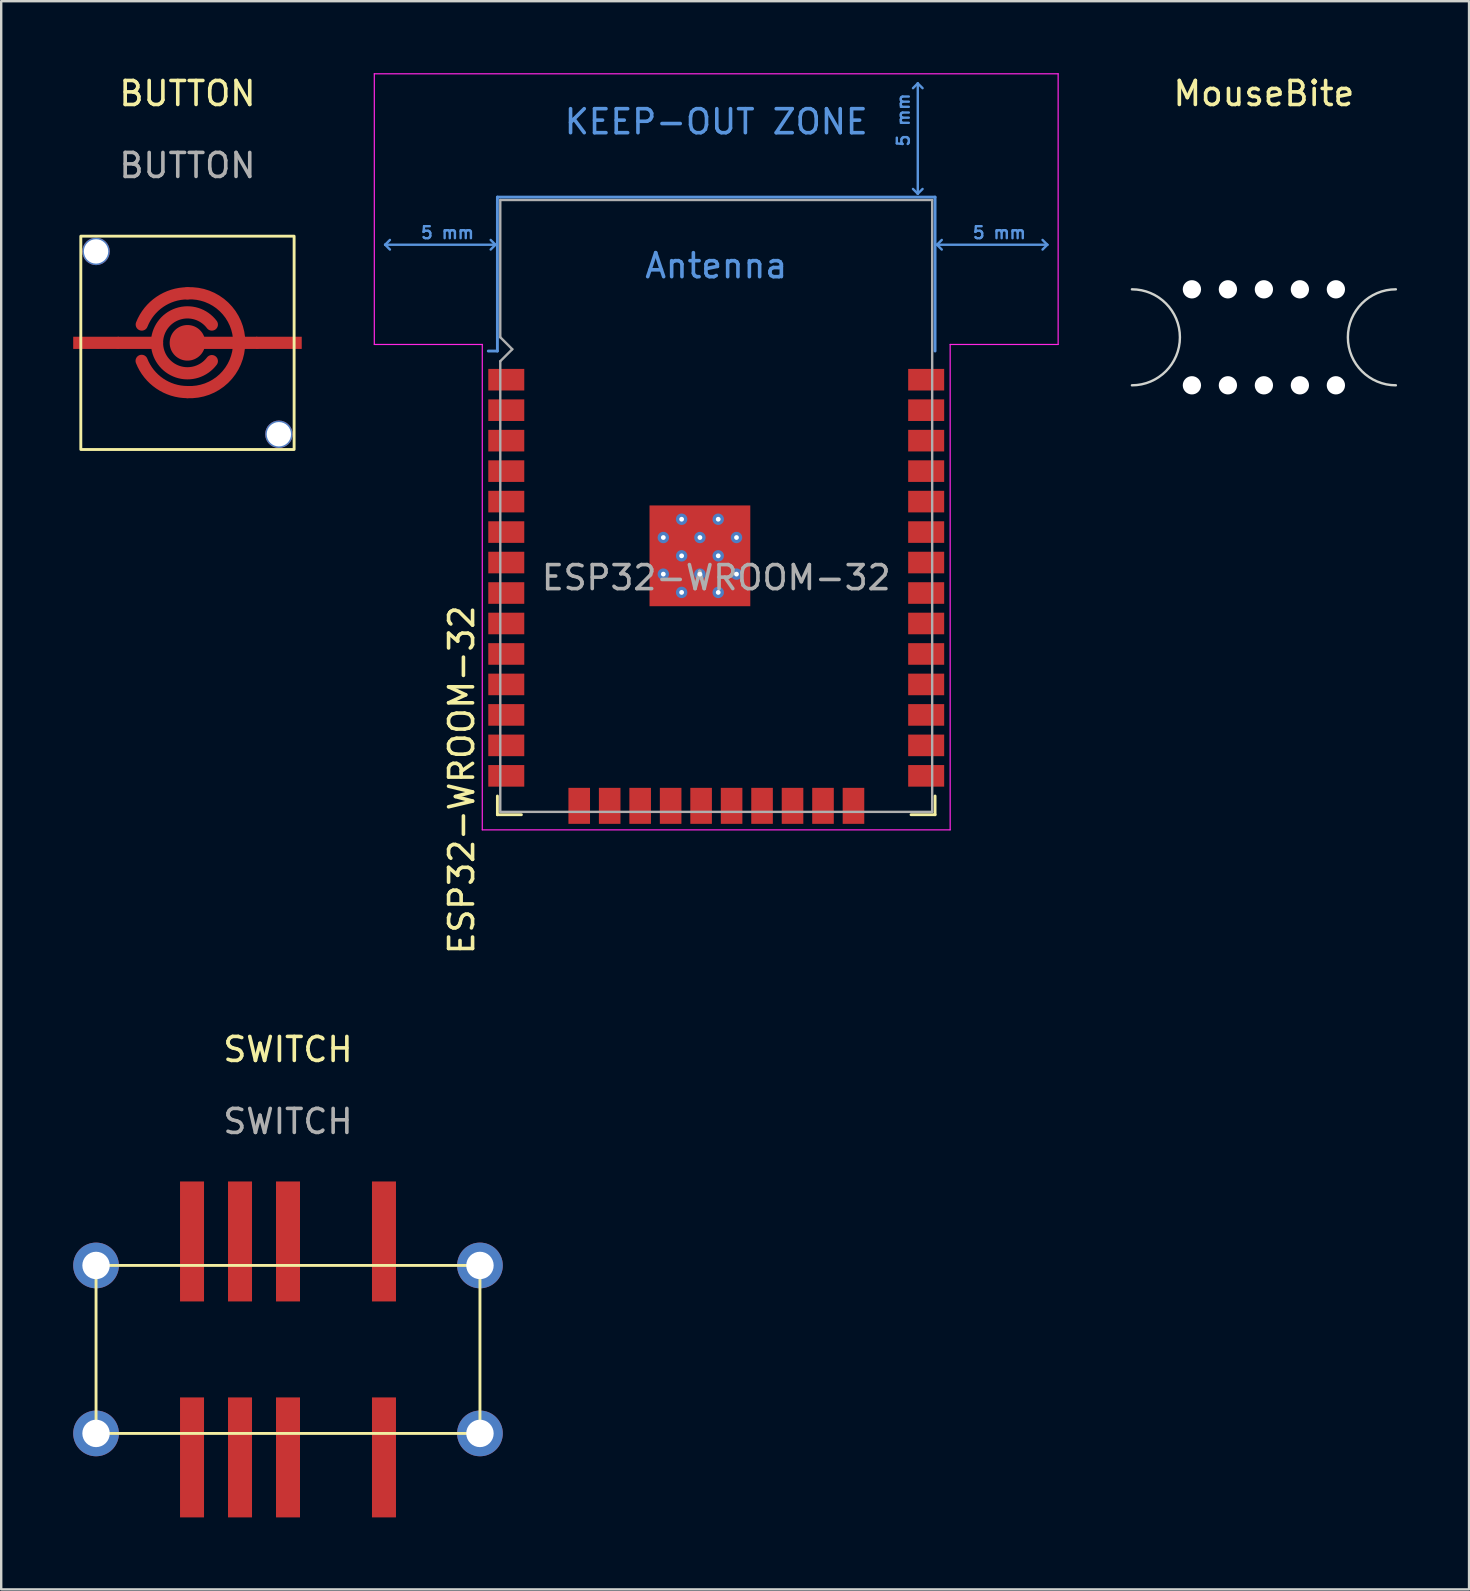
<source format=kicad_pcb>
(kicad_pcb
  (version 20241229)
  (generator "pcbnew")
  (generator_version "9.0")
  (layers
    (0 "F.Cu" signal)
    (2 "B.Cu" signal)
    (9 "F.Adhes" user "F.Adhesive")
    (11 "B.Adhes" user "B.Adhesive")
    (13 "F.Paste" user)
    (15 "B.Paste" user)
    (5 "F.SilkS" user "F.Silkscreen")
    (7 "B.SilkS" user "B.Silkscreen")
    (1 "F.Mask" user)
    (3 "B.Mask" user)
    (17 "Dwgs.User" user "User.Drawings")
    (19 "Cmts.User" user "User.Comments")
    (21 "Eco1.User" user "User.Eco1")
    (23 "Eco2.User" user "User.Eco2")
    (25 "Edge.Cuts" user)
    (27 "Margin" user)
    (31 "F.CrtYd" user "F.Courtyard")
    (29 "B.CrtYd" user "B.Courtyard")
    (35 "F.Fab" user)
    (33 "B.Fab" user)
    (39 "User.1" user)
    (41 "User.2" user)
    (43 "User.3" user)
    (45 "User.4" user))
  (footprint "SWITCH"
    (layer "F.Cu")
    (at 8.953 53.19)
    (property "Reference" "SWITCH" (at 0 -12.5 0) (unlocked yes) (layer "F.SilkS") (effects (font (size 1 1) (thickness 0.15))))
    (attr through_hole)
    (fp_rect (start -8 -3.5) (end 8 3.5) (stroke (width 0.12) (type solid)) (fill no) (layer "F.SilkS"))
    (fp_text user "${REFERENCE}" (at 0 -9.5 0) (unlocked yes) (layer "F.Fab") (effects (font (size 1 1) (thickness 0.15))))
    (pad "" np_thru_hole circle (at -8 -3.5) (size 1.905 1.905) (drill 1.143) (layers "*.Cu" "*.Mask"))
    (pad "" np_thru_hole circle (at -8 3.5) (size 1.905 1.905) (drill 1.143) (layers "*.Cu" "*.Mask"))
    (pad "" np_thru_hole circle (at 8 -3.5) (size 1.905 1.905) (drill 1.143) (layers "*.Cu" "*.Mask"))
    (pad "" np_thru_hole circle (at 8 3.5) (size 1.905 1.905) (drill 1.143) (layers "*.Cu" "*.Mask"))
    (pad "1" smd rect (at -4 4.5) (size 1 5) (layers "F.Cu" "F.Mask" "F.Paste"))
    (pad "2" smd rect (at -2 4.5) (size 1 5) (layers "F.Cu" "F.Mask" "F.Paste"))
    (pad "3" smd rect (at 0 4.5) (size 1 5) (layers "F.Cu" "F.Mask" "F.Paste"))
    (pad "4" smd rect (at 4 4.5) (size 1 5) (layers "F.Cu" "F.Mask" "F.Paste"))
    (pad "5" smd rect (at -4 -4.5) (size 1 5) (layers "F.Cu" "F.Mask" "F.Paste"))
    (pad "6" smd rect (at -2 -4.5) (size 1 5) (layers "F.Cu" "F.Mask" "F.Paste"))
    (pad "7" smd rect (at 0 -4.5) (size 1 5) (layers "F.Cu" "F.Mask" "F.Paste"))
    (pad "8" smd rect (at 4 -4.5) (size 1 5) (layers "F.Cu" "F.Mask" "F.Paste")))
  (footprint "MouseBite"
    (layer "F.Cu")
    (at 49.625 11.008)
    (property "Reference" "MouseBite" (at 0 -10.16 0) (unlocked yes) (layer "F.SilkS") (effects (font (size 1 1) (thickness 0.15))))
    (attr through_hole)
    (fp_arc (start -5.5 -2) (mid -3.5 0) (end -5.5 2) (stroke (width 0.1) (type default)) (layer "Edge.Cuts"))
    (fp_arc (start 5.5 2) (mid 3.5 0) (end 5.5 -2) (stroke (width 0.1) (type default)) (layer "Edge.Cuts"))
    (pad "" np_thru_hole circle (at -3 -2) (size 0.762 0.762) (drill 1) (layers "*.Cu" "*.Mask"))
    (pad "" np_thru_hole circle (at -3 2) (size 0.762 0.762) (drill 1) (layers "*.Cu" "*.Mask"))
    (pad "" np_thru_hole circle (at -1.5 -2) (size 0.762 0.762) (drill 1) (layers "*.Cu" "*.Mask"))
    (pad "" np_thru_hole circle (at -1.5 2) (size 0.762 0.762) (drill 1) (layers "*.Cu" "*.Mask"))
    (pad "" np_thru_hole circle (at 0 -2) (size 0.762 0.762) (drill 1) (layers "*.Cu" "*.Mask"))
    (pad "" np_thru_hole circle (at 0 2) (size 0.762 0.762) (drill 1) (layers "*.Cu" "*.Mask"))
    (pad "" np_thru_hole circle (at 1.5 -2) (size 0.762 0.762) (drill 1) (layers "*.Cu" "*.Mask"))
    (pad "" np_thru_hole circle (at 1.5 2) (size 0.762 0.762) (drill 1) (layers "*.Cu" "*.Mask"))
    (pad "" np_thru_hole circle (at 3 -2) (size 0.762 0.762) (drill 1) (layers "*.Cu" "*.Mask"))
    (pad "" np_thru_hole circle (at 3 2) (size 0.762 0.762) (drill 1) (layers "*.Cu" "*.Mask")))
  (footprint "BUTTON"
    (layer "F.Cu")
    (at 4.763 11.238)
    (property "Reference" "BUTTON" (at 0 -10.39 0) (unlocked yes) (layer "F.SilkS") (effects (font (size 1 1) (thickness 0.15))))
    (attr smd)
    (fp_line (start -2.857 0) (end -1.27 0) (stroke (width 0.508) (type solid)) (layer "F.Cu"))
    (fp_line (start 2.159 0) (end 0 0) (stroke (width 0.508) (type solid)) (layer "F.Cu"))
    (fp_line (start 2.159 0) (end 2.857 0) (stroke (width 0.508) (type solid)) (layer "F.Cu"))
    (fp_arc (start -1.905 -0.762) (mid -1.152614 -1.705939) (end 0.000242 -2.06375) (stroke (width 0.508) (type solid)) (layer "F.Cu"))
    (fp_arc (start -1.27 0) (mid -0.401562 -1.204684) (end 1.016 -0.762) (stroke (width 0.508) (type solid)) (layer "F.Cu"))
    (fp_arc (start -0.005043 2.052823) (mid -1.157899 1.695013) (end -1.910285 0.751073) (stroke (width 0.508) (type solid)) (layer "F.Cu"))
    (fp_arc (start 0.000242 -2.06375) (mid 1.523981 -1.496692) (end 2.159 0) (stroke (width 0.508) (type solid)) (layer "F.Cu"))
    (fp_arc (start 1.016 0.762) (mid -0.40156 1.20468) (end -1.27 0) (stroke (width 0.508) (type solid)) (layer "F.Cu"))
    (fp_arc (start 2.152956 -0.006044) (mid 1.51788 1.488687) (end -0.005043 2.052823) (stroke (width 0.508) (type solid)) (layer "F.Cu"))
    (fp_circle (center 0 0) (end 0.642 0) (stroke (width 0.2) (type solid)) (fill yes) (layer "F.Cu"))
    (fp_circle (center 0.051 0) (end 2.591 0) (stroke (width 0.12) (type solid)) (fill yes) (layer "F.Mask"))
    (fp_rect (start -4.445 -4.445) (end 4.445 4.445) (stroke (width 0.12) (type solid)) (fill no) (layer "F.SilkS"))
    (fp_text user "${REFERENCE}" (at 0 -7.39 0) (unlocked yes) (layer "F.Fab") (effects (font (size 1 1) (thickness 0.15))))
    (pad "" np_thru_hole circle (at -3.81 -3.81) (size 1.143 1.143) (drill 1.016) (layers "*.Cu" "*.Mask"))
    (pad "" np_thru_hole circle (at 3.81 3.81) (size 1.143 1.143) (drill 1.016) (layers "*.Cu" "*.Mask"))
    (pad "1" smd rect (at -4.445 0) (size 1.905 0.508) (drill (offset 0.635 0)) (layers "F.Cu" "F.Mask" "F.Paste"))
    (pad "2" smd rect (at 4.445 0) (size 1.905 0.508) (drill (offset -0.635 0)) (layers "F.Cu" "F.Mask" "F.Paste")))
  (footprint "ESP32-WROOM-32"
    (layer "F.Cu")
    (at 26.8 21.025)
    (property "Reference" "ESP32-WROOM-32" (at -10.61 8.43 90) (layer "F.SilkS") (effects (font (size 1 1) (thickness 0.15))))
    (attr smd)
    (fp_line (start -9.12 9.1) (end -9.12 9.88) (stroke (width 0.12) (type solid)) (layer "F.SilkS"))
    (fp_line (start -9.12 9.88) (end -8.12 9.88) (stroke (width 0.12) (type solid)) (layer "F.SilkS"))
    (fp_line (start 9.12 9.1) (end 9.12 9.88) (stroke (width 0.12) (type solid)) (layer "F.SilkS"))
    (fp_line (start 9.12 9.88) (end 8.12 9.88) (stroke (width 0.12) (type solid)) (layer "F.SilkS"))
    (fp_line (start -13.8 -13.875) (end -13.6 -14.075) (stroke (width 0.1) (type solid)) (layer "Cmts.User"))
    (fp_line (start -13.8 -13.875) (end -13.6 -13.675) (stroke (width 0.1) (type solid)) (layer "Cmts.User"))
    (fp_line (start -13.8 -13.875) (end -9.2 -13.875) (stroke (width 0.1) (type solid)) (layer "Cmts.User"))
    (fp_line (start -9.2 -13.875) (end -9.4 -14.075) (stroke (width 0.1) (type solid)) (layer "Cmts.User"))
    (fp_line (start -9.2 -13.875) (end -9.4 -13.675) (stroke (width 0.1) (type solid)) (layer "Cmts.User"))
    (fp_line (start -9.12 -15.86) (end -9.12 -9.445) (stroke (width 0.12) (type solid)) (layer "Cmts.User"))
    (fp_line (start -9.12 -15.86) (end 9.12 -15.86) (stroke (width 0.12) (type solid)) (layer "Cmts.User"))
    (fp_line (start -9.12 -9.445) (end -9.5 -9.445) (stroke (width 0.12) (type solid)) (layer "Cmts.User"))
    (fp_line (start 8.4 -20.6) (end 8.2 -20.4) (stroke (width 0.1) (type solid)) (layer "Cmts.User"))
    (fp_line (start 8.4 -20.6) (end 8.6 -20.4) (stroke (width 0.1) (type solid)) (layer "Cmts.User"))
    (fp_line (start 8.4 -16) (end 8.2 -16.2) (stroke (width 0.1) (type solid)) (layer "Cmts.User"))
    (fp_line (start 8.4 -16) (end 8.4 -20.6) (stroke (width 0.1) (type solid)) (layer "Cmts.User"))
    (fp_line (start 8.4 -16) (end 8.6 -16.2) (stroke (width 0.1) (type solid)) (layer "Cmts.User"))
    (fp_line (start 9.12 -15.86) (end 9.12 -9.445) (stroke (width 0.12) (type solid)) (layer "Cmts.User"))
    (fp_line (start 9.2 -13.875) (end 9.4 -14.075) (stroke (width 0.1) (type solid)) (layer "Cmts.User"))
    (fp_line (start 9.2 -13.875) (end 9.4 -13.675) (stroke (width 0.1) (type solid)) (layer "Cmts.User"))
    (fp_line (start 9.2 -13.875) (end 13.8 -13.875) (stroke (width 0.1) (type solid)) (layer "Cmts.User"))
    (fp_line (start 13.8 -13.875) (end 13.6 -14.075) (stroke (width 0.1) (type solid)) (layer "Cmts.User"))
    (fp_line (start 13.8 -13.875) (end 13.6 -13.675) (stroke (width 0.1) (type solid)) (layer "Cmts.User"))
    (fp_line (start -14.25 -21) (end -14.25 -9.72) (stroke (width 0.05) (type solid)) (layer "F.CrtYd"))
    (fp_line (start -14.25 -21) (end 14.25 -21) (stroke (width 0.05) (type solid)) (layer "F.CrtYd"))
    (fp_line (start -14.25 -9.72) (end -9.75 -9.72) (stroke (width 0.05) (type solid)) (layer "F.CrtYd"))
    (fp_line (start -9.75 10.51) (end -9.75 -9.72) (stroke (width 0.05) (type solid)) (layer "F.CrtYd"))
    (fp_line (start -9.75 10.51) (end 9.75 10.51) (stroke (width 0.05) (type solid)) (layer "F.CrtYd"))
    (fp_line (start 9.75 -9.72) (end 9.75 10.51) (stroke (width 0.05) (type solid)) (layer "F.CrtYd"))
    (fp_line (start 9.75 -9.72) (end 14.25 -9.72) (stroke (width 0.05) (type solid)) (layer "F.CrtYd"))
    (fp_line (start 14.25 -21) (end 14.25 -9.72) (stroke (width 0.05) (type solid)) (layer "F.CrtYd"))
    (fp_line (start -9 -15.74) (end -9 -10.02) (stroke (width 0.1) (type solid)) (layer "F.Fab"))
    (fp_line (start -9 -15.74) (end 9 -15.74) (stroke (width 0.1) (type solid)) (layer "F.Fab"))
    (fp_line (start -9 -9.02) (end -9 9.76) (stroke (width 0.1) (type solid)) (layer "F.Fab"))
    (fp_line (start -9 -9.02) (end -8.5 -9.52) (stroke (width 0.1) (type solid)) (layer "F.Fab"))
    (fp_line (start -9 9.76) (end 9 9.76) (stroke (width 0.1) (type solid)) (layer "F.Fab"))
    (fp_line (start -8.5 -9.52) (end -9 -10.02) (stroke (width 0.1) (type solid)) (layer "F.Fab"))
    (fp_line (start 9 9.76) (end 9 -15.74) (stroke (width 0.1) (type solid)) (layer "F.Fab"))
    (fp_text user "5 mm" (at 7.8 -19.075 90) (layer "Cmts.User") (effects (font (size 0.5 0.5) (thickness 0.1))))
    (fp_text user "5 mm" (at -11.2 -14.375 0) (layer "Cmts.User") (effects (font (size 0.5 0.5) (thickness 0.1))))
    (fp_text user "Antenna" (at 0 -13 0) (layer "Cmts.User") (effects (font (size 1 1) (thickness 0.15))))
    (fp_text user "KEEP-OUT ZONE" (at 0 -19 0) (layer "Cmts.User") (effects (font (size 1 1) (thickness 0.15))))
    (fp_text user "5 mm" (at 11.8 -14.375 0) (layer "Cmts.User") (effects (font (size 0.5 0.5) (thickness 0.1))))
    (fp_text user "${REFERENCE}" (at 0 0 0) (layer "F.Fab") (effects (font (size 1 1) (thickness 0.15))))
    (pad "1" smd rect (at -8.75 -8.25) (size 1.5 0.9) (layers "F.Cu" "F.Mask" "F.Paste"))
    (pad "2" smd rect (at -8.75 -6.98) (size 1.5 0.9) (layers "F.Cu" "F.Mask" "F.Paste"))
    (pad "3" smd rect (at -8.75 -5.71) (size 1.5 0.9) (layers "F.Cu" "F.Mask" "F.Paste"))
    (pad "4" smd rect (at -8.75 -4.44) (size 1.5 0.9) (layers "F.Cu" "F.Mask" "F.Paste"))
    (pad "5" smd rect (at -8.75 -3.17) (size 1.5 0.9) (layers "F.Cu" "F.Mask" "F.Paste"))
    (pad "6" smd rect (at -8.75 -1.9) (size 1.5 0.9) (layers "F.Cu" "F.Mask" "F.Paste"))
    (pad "7" smd rect (at -8.75 -0.63) (size 1.5 0.9) (layers "F.Cu" "F.Mask" "F.Paste"))
    (pad "8" smd rect (at -8.75 0.64) (size 1.5 0.9) (layers "F.Cu" "F.Mask" "F.Paste"))
    (pad "9" smd rect (at -8.75 1.91) (size 1.5 0.9) (layers "F.Cu" "F.Mask" "F.Paste"))
    (pad "10" smd rect (at -8.75 3.18) (size 1.5 0.9) (layers "F.Cu" "F.Mask" "F.Paste"))
    (pad "11" smd rect (at -8.75 4.45) (size 1.5 0.9) (layers "F.Cu" "F.Mask" "F.Paste"))
    (pad "12" smd rect (at -8.75 5.72) (size 1.5 0.9) (layers "F.Cu" "F.Mask" "F.Paste"))
    (pad "13" smd rect (at -8.75 6.99) (size 1.5 0.9) (layers "F.Cu" "F.Mask" "F.Paste"))
    (pad "14" smd rect (at -8.75 8.26) (size 1.5 0.9) (layers "F.Cu" "F.Mask" "F.Paste"))
    (pad "15" smd rect (at -5.71 9.51 90) (size 1.5 0.9) (layers "F.Cu" "F.Mask" "F.Paste"))
    (pad "16" smd rect (at -4.44 9.51 90) (size 1.5 0.9) (layers "F.Cu" "F.Mask" "F.Paste"))
    (pad "17" smd rect (at -3.17 9.51 90) (size 1.5 0.9) (layers "F.Cu" "F.Mask" "F.Paste"))
    (pad "18" smd rect (at -1.9 9.51 90) (size 1.5 0.9) (layers "F.Cu" "F.Mask" "F.Paste"))
    (pad "19" smd rect (at -0.63 9.51 90) (size 1.5 0.9) (layers "F.Cu" "F.Mask" "F.Paste"))
    (pad "20" smd rect (at 0.64 9.51 90) (size 1.5 0.9) (layers "F.Cu" "F.Mask" "F.Paste"))
    (pad "21" smd rect (at 1.91 9.51 90) (size 1.5 0.9) (layers "F.Cu" "F.Mask" "F.Paste"))
    (pad "22" smd rect (at 3.18 9.51 90) (size 1.5 0.9) (layers "F.Cu" "F.Mask" "F.Paste"))
    (pad "23" smd rect (at 4.45 9.51 90) (size 1.5 0.9) (layers "F.Cu" "F.Mask" "F.Paste"))
    (pad "24" smd rect (at 5.72 9.51 90) (size 1.5 0.9) (layers "F.Cu" "F.Mask" "F.Paste"))
    (pad "25" smd rect (at 8.75 8.26) (size 1.5 0.9) (layers "F.Cu" "F.Mask" "F.Paste"))
    (pad "26" smd rect (at 8.75 6.99) (size 1.5 0.9) (layers "F.Cu" "F.Mask" "F.Paste"))
    (pad "27" smd rect (at 8.75 5.72) (size 1.5 0.9) (layers "F.Cu" "F.Mask" "F.Paste"))
    (pad "28" smd rect (at 8.75 4.45) (size 1.5 0.9) (layers "F.Cu" "F.Mask" "F.Paste"))
    (pad "29" smd rect (at 8.75 3.18) (size 1.5 0.9) (layers "F.Cu" "F.Mask" "F.Paste"))
    (pad "30" smd rect (at 8.75 1.91) (size 1.5 0.9) (layers "F.Cu" "F.Mask" "F.Paste"))
    (pad "31" smd rect (at 8.75 0.64) (size 1.5 0.9) (layers "F.Cu" "F.Mask" "F.Paste"))
    (pad "32" smd rect (at 8.75 -0.63) (size 1.5 0.9) (layers "F.Cu" "F.Mask" "F.Paste"))
    (pad "33" smd rect (at 8.75 -1.9) (size 1.5 0.9) (layers "F.Cu" "F.Mask" "F.Paste"))
    (pad "34" smd rect (at 8.75 -3.17) (size 1.5 0.9) (layers "F.Cu" "F.Mask" "F.Paste"))
    (pad "35" smd rect (at 8.75 -4.44) (size 1.5 0.9) (layers "F.Cu" "F.Mask" "F.Paste"))
    (pad "36" smd rect (at 8.75 -5.71) (size 1.5 0.9) (layers "F.Cu" "F.Mask" "F.Paste"))
    (pad "37" smd rect (at 8.75 -6.98) (size 1.5 0.9) (layers "F.Cu" "F.Mask" "F.Paste"))
    (pad "38" smd rect (at 8.75 -8.25) (size 1.5 0.9) (layers "F.Cu" "F.Mask" "F.Paste"))
    (pad "39" smd rect (at -2.205 -2.435) (size 1.05 1.05) (layers "F.Cu" "F.Paste"))
    (pad "39" thru_hole circle (at -2.205 -1.673) (size 0.475 0.475) (drill 0.2) (layers "*.Cu" "F.Mask"))
    (pad "39" smd rect (at -2.205 -0.91) (size 1.05 1.05) (layers "F.Cu" "F.Paste"))
    (pad "39" thru_hole circle (at -2.205 -0.147) (size 0.475 0.475) (drill 0.2) (layers "*.Cu" "F.Mask"))
    (pad "39" smd rect (at -2.205 0.615) (size 1.05 1.05) (layers "F.Cu" "F.Paste"))
    (pad "39" thru_hole circle (at -1.442 -2.435) (size 0.475 0.475) (drill 0.2) (layers "*.Cu" "F.Mask"))
    (pad "39" thru_hole circle (at -1.442 -0.91) (size 0.475 0.475) (drill 0.2) (layers "*.Cu" "F.Mask"))
    (pad "39" thru_hole circle (at -1.442 0.615) (size 0.475 0.475) (drill 0.2) (layers "*.Cu" "F.Mask"))
    (pad "39" smd rect (at -0.68 -2.435) (size 1.05 1.05) (layers "F.Cu" "F.Paste"))
    (pad "39" thru_hole circle (at -0.68 -1.673) (size 0.475 0.475) (drill 0.2) (layers "*.Cu" "F.Mask"))
    (pad "39" smd rect (at -0.68 -0.91) (size 1.05 1.05) (layers "F.Cu" "F.Paste"))
    (pad "39" smd rect (at -0.68 -0.91) (size 4.2 4.2) (layers "F.Cu" "F.Mask"))
    (pad "39" thru_hole circle (at -0.68 -0.147) (size 0.475 0.475) (drill 0.2) (layers "*.Cu" "F.Mask"))
    (pad "39" smd rect (at -0.68 0.615) (size 1.05 1.05) (layers "F.Cu" "F.Paste"))
    (pad "39" thru_hole circle (at 0.083 -2.435) (size 0.475 0.475) (drill 0.2) (layers "*.Cu" "F.Mask"))
    (pad "39" thru_hole circle (at 0.083 -0.91) (size 0.475 0.475) (drill 0.2) (layers "*.Cu" "F.Mask"))
    (pad "39" thru_hole circle (at 0.083 0.615) (size 0.475 0.475) (drill 0.2) (layers "*.Cu" "F.Mask"))
    (pad "39" smd rect (at 0.845 -2.435) (size 1.05 1.05) (layers "F.Cu" "F.Paste"))
    (pad "39" thru_hole circle (at 0.845 -1.673) (size 0.475 0.475) (drill 0.2) (layers "*.Cu" "F.Mask"))
    (pad "39" smd rect (at 0.845 -0.91) (size 1.05 1.05) (layers "F.Cu" "F.Paste"))
    (pad "39" thru_hole circle (at 0.845 -0.147) (size 0.475 0.475) (drill 0.2) (layers "*.Cu" "F.Mask"))
    (pad "39" smd rect (at 0.845 0.615) (size 1.05 1.05) (layers "F.Cu" "F.Paste"))
    (zone (net_name "") (layers "F.Cu" "B.Cu") (hatch full 0.508) (connect_pads) (min_thickness 0.254) (filled_areas_thickness no) (keepout (tracks not_allowed) (vias not_allowed) (pads not_allowed) (copperpour not_allowed) (footprints not_allowed)) (placement (enabled no)) (fill) (polygon (pts (xy 12.8 11.055) (xy 40.8 11.055) (xy 40.8 0.275) (xy 12.8 0.275)))))
  (gr_rect
    (start -3 -3)
    (end 58.175 63.19)
    (stroke (width 0.1) (type default))
    (fill no)
    (layer "Edge.Cuts")))
</source>
